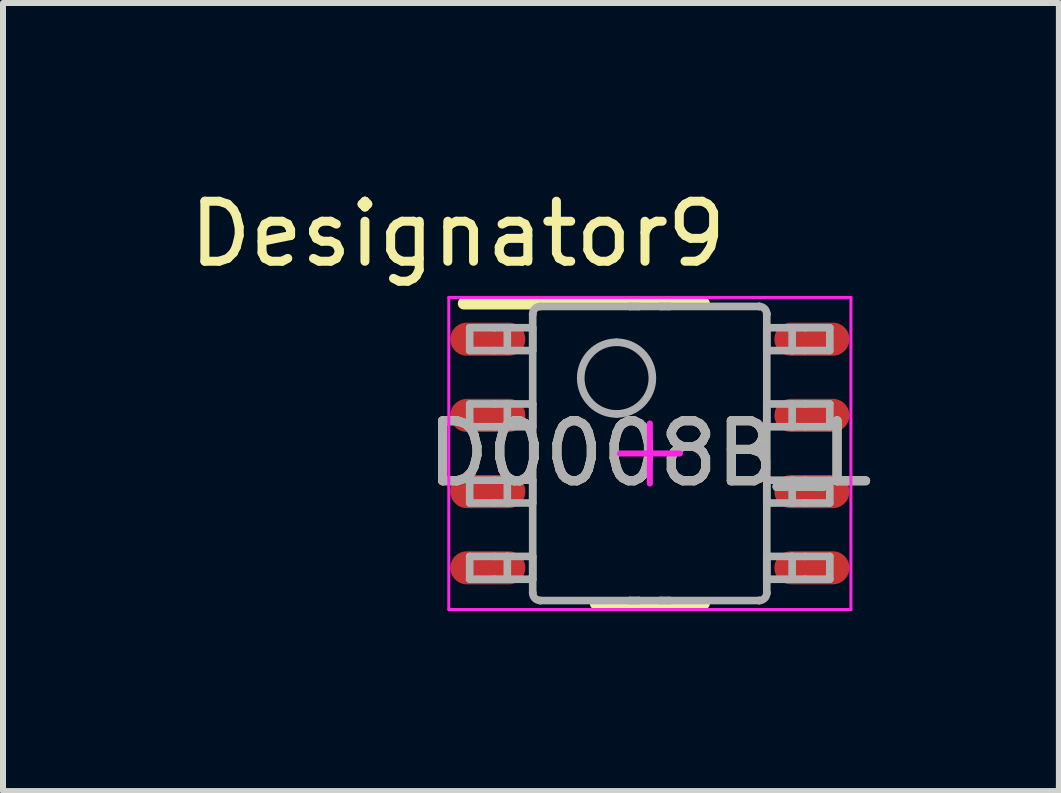
<source format=kicad_pcb>
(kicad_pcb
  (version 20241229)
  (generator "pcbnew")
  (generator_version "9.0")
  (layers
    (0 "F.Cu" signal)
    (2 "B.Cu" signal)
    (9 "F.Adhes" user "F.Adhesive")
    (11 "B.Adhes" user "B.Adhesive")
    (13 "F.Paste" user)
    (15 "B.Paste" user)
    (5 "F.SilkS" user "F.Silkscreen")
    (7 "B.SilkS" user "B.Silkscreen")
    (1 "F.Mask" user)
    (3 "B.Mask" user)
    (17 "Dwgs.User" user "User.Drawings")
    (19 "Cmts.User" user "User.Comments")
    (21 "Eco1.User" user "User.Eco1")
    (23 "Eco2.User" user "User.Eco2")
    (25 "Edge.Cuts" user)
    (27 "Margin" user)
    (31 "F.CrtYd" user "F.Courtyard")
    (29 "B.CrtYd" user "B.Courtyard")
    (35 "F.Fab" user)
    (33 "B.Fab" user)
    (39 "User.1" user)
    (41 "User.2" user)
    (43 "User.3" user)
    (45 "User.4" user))
  (footprint "D0008B_L"
    (layer "F.Cu")
    (at 7.778 4.506)
    (property "Reference" "D0008B_L" (at 0 0 0) (unlocked yes) (layer "F.SilkS") (effects (font (size 1 1) (thickness 0.15))))
    (attr smd)
    (fp_line (start -3.1 -2.5) (end 0.9 -2.5) (stroke (width 0.2) (type solid)) (layer "F.SilkS"))
    (fp_line (start -0.9 2.5) (end 0.9 2.5) (stroke (width 0.2) (type solid)) (layer "F.SilkS"))
    (fp_line (start -3.35 -2.6) (end 3.35 -2.6) (stroke (width 0.05) (type solid)) (layer "F.CrtYd"))
    (fp_line (start -3.35 2.6) (end -3.35 -2.6) (stroke (width 0.05) (type solid)) (layer "F.CrtYd"))
    (fp_line (start -3.35 2.6) (end 3.35 2.6) (stroke (width 0.05) (type solid)) (layer "F.CrtYd"))
    (fp_line (start -0.5 0) (end 0.5 0) (stroke (width 0.1) (type solid)) (layer "F.CrtYd"))
    (fp_line (start 0 0.5) (end 0 -0.5) (stroke (width 0.1) (type solid)) (layer "F.CrtYd"))
    (fp_line (start 3.35 2.6) (end 3.35 -2.6) (stroke (width 0.05) (type solid)) (layer "F.CrtYd"))
    (fp_line (start -3.002 -2.095) (end -2.589 -2.095) (stroke (width 0.127) (type solid)) (layer "F.Fab"))
    (fp_line (start -3.002 -1.715) (end -3.002 -2.095) (stroke (width 0.127) (type solid)) (layer "F.Fab"))
    (fp_line (start -3.002 -1.715) (end -2.589 -1.715) (stroke (width 0.127) (type solid)) (layer "F.Fab"))
    (fp_line (start -3.002 -0.825) (end -2.589 -0.825) (stroke (width 0.127) (type solid)) (layer "F.Fab"))
    (fp_line (start -3.002 -0.445) (end -3.002 -0.825) (stroke (width 0.127) (type solid)) (layer "F.Fab"))
    (fp_line (start -3.002 -0.445) (end -2.589 -0.445) (stroke (width 0.127) (type solid)) (layer "F.Fab"))
    (fp_line (start -3.002 0.445) (end -2.589 0.445) (stroke (width 0.127) (type solid)) (layer "F.Fab"))
    (fp_line (start -3.002 0.825) (end -3.002 0.445) (stroke (width 0.127) (type solid)) (layer "F.Fab"))
    (fp_line (start -3.002 0.825) (end -2.589 0.825) (stroke (width 0.127) (type solid)) (layer "F.Fab"))
    (fp_line (start -3.002 1.715) (end -2.589 1.715) (stroke (width 0.127) (type solid)) (layer "F.Fab"))
    (fp_line (start -3.002 2.095) (end -3.002 1.715) (stroke (width 0.127) (type solid)) (layer "F.Fab"))
    (fp_line (start -3.002 2.095) (end -2.589 2.095) (stroke (width 0.127) (type solid)) (layer "F.Fab"))
    (fp_line (start -2.589 -2.095) (end -2.375 -2.095) (stroke (width 0.127) (type solid)) (layer "F.Fab"))
    (fp_line (start -2.589 -1.715) (end -2.375 -1.715) (stroke (width 0.127) (type solid)) (layer "F.Fab"))
    (fp_line (start -2.589 -0.825) (end -2.375 -0.825) (stroke (width 0.127) (type solid)) (layer "F.Fab"))
    (fp_line (start -2.589 -0.445) (end -2.375 -0.445) (stroke (width 0.127) (type solid)) (layer "F.Fab"))
    (fp_line (start -2.589 0.445) (end -2.375 0.445) (stroke (width 0.127) (type solid)) (layer "F.Fab"))
    (fp_line (start -2.589 0.825) (end -2.375 0.825) (stroke (width 0.127) (type solid)) (layer "F.Fab"))
    (fp_line (start -2.589 1.715) (end -2.375 1.715) (stroke (width 0.127) (type solid)) (layer "F.Fab"))
    (fp_line (start -2.589 2.095) (end -2.375 2.095) (stroke (width 0.127) (type solid)) (layer "F.Fab"))
    (fp_line (start -2.375 -2.095) (end -1.995 -2.095) (stroke (width 0.127) (type solid)) (layer "F.Fab"))
    (fp_line (start -2.375 -1.715) (end -2.375 -2.095) (stroke (width 0.127) (type solid)) (layer "F.Fab"))
    (fp_line (start -2.375 -1.715) (end -1.995 -1.715) (stroke (width 0.127) (type solid)) (layer "F.Fab"))
    (fp_line (start -2.375 -0.825) (end -1.995 -0.825) (stroke (width 0.127) (type solid)) (layer "F.Fab"))
    (fp_line (start -2.375 -0.445) (end -2.375 -0.825) (stroke (width 0.127) (type solid)) (layer "F.Fab"))
    (fp_line (start -2.375 -0.445) (end -1.995 -0.445) (stroke (width 0.127) (type solid)) (layer "F.Fab"))
    (fp_line (start -2.375 0.445) (end -1.995 0.445) (stroke (width 0.127) (type solid)) (layer "F.Fab"))
    (fp_line (start -2.375 0.825) (end -2.375 0.445) (stroke (width 0.127) (type solid)) (layer "F.Fab"))
    (fp_line (start -2.375 0.825) (end -1.995 0.825) (stroke (width 0.127) (type solid)) (layer "F.Fab"))
    (fp_line (start -2.375 1.715) (end -1.995 1.715) (stroke (width 0.127) (type solid)) (layer "F.Fab"))
    (fp_line (start -2.375 2.095) (end -2.375 1.715) (stroke (width 0.127) (type solid)) (layer "F.Fab"))
    (fp_line (start -2.375 2.095) (end -1.995 2.095) (stroke (width 0.127) (type solid)) (layer "F.Fab"))
    (fp_line (start -1.995 -2.095) (end -1.952 -2.095) (stroke (width 0.127) (type solid)) (layer "F.Fab"))
    (fp_line (start -1.995 -1.715) (end -1.952 -1.715) (stroke (width 0.127) (type solid)) (layer "F.Fab"))
    (fp_line (start -1.995 -0.825) (end -1.952 -0.825) (stroke (width 0.127) (type solid)) (layer "F.Fab"))
    (fp_line (start -1.995 -0.445) (end -1.952 -0.445) (stroke (width 0.127) (type solid)) (layer "F.Fab"))
    (fp_line (start -1.995 0.445) (end -1.952 0.445) (stroke (width 0.127) (type solid)) (layer "F.Fab"))
    (fp_line (start -1.995 0.825) (end -1.952 0.825) (stroke (width 0.127) (type solid)) (layer "F.Fab"))
    (fp_line (start -1.995 1.715) (end -1.952 1.715) (stroke (width 0.127) (type solid)) (layer "F.Fab"))
    (fp_line (start -1.995 2.095) (end -1.952 2.095) (stroke (width 0.127) (type solid)) (layer "F.Fab"))
    (fp_line (start -1.952 -2.323) (end -1.952 -2.324) (stroke (width 0.127) (type solid)) (layer "F.Fab"))
    (fp_line (start -1.952 -1.715) (end -1.952 -2.095) (stroke (width 0.127) (type solid)) (layer "F.Fab"))
    (fp_line (start -1.952 -0.445) (end -1.952 -0.825) (stroke (width 0.127) (type solid)) (layer "F.Fab"))
    (fp_line (start -1.952 0.825) (end -1.952 0.445) (stroke (width 0.127) (type solid)) (layer "F.Fab"))
    (fp_line (start -1.952 2.095) (end -1.952 1.715) (stroke (width 0.127) (type solid)) (layer "F.Fab"))
    (fp_line (start -1.952 2.323) (end -1.952 -2.323) (stroke (width 0.127) (type solid)) (layer "F.Fab"))
    (fp_line (start -1.952 2.324) (end -1.952 2.323) (stroke (width 0.127) (type solid)) (layer "F.Fab"))
    (fp_line (start -1.826 -2.45) (end -1.825 -2.45) (stroke (width 0.127) (type solid)) (layer "F.Fab"))
    (fp_line (start -1.826 2.45) (end -1.825 2.45) (stroke (width 0.127) (type solid)) (layer "F.Fab"))
    (fp_line (start -1.825 -2.45) (end -0.332 -2.45) (stroke (width 0.127) (type solid)) (layer "F.Fab"))
    (fp_line (start -1.825 2.45) (end -0.332 2.45) (stroke (width 0.127) (type solid)) (layer "F.Fab"))
    (fp_line (start -0.332 -2.45) (end -0.182 -2.45) (stroke (width 0.127) (type solid)) (layer "F.Fab"))
    (fp_line (start -0.332 -2.45) (end -0.182 -2.45) (stroke (width 0.127) (type solid)) (layer "F.Fab"))
    (fp_line (start -0.332 2.45) (end -0.182 2.45) (stroke (width 0.127) (type solid)) (layer "F.Fab"))
    (fp_line (start -0.332 2.45) (end -0.182 2.45) (stroke (width 0.127) (type solid)) (layer "F.Fab"))
    (fp_line (start -0.182 -2.45) (end 0.178 -2.45) (stroke (width 0.127) (type solid)) (layer "F.Fab"))
    (fp_line (start -0.182 2.45) (end 0.178 2.45) (stroke (width 0.127) (type solid)) (layer "F.Fab"))
    (fp_line (start 0.178 -2.45) (end 0.328 -2.45) (stroke (width 0.127) (type solid)) (layer "F.Fab"))
    (fp_line (start 0.178 -2.45) (end 0.328 -2.45) (stroke (width 0.127) (type solid)) (layer "F.Fab"))
    (fp_line (start 0.178 2.45) (end 0.328 2.45) (stroke (width 0.127) (type solid)) (layer "F.Fab"))
    (fp_line (start 0.178 2.45) (end 0.328 2.45) (stroke (width 0.127) (type solid)) (layer "F.Fab"))
    (fp_line (start 0.328 -2.45) (end 1.821 -2.45) (stroke (width 0.127) (type solid)) (layer "F.Fab"))
    (fp_line (start 0.328 2.45) (end 1.821 2.45) (stroke (width 0.127) (type solid)) (layer "F.Fab"))
    (fp_line (start 1.821 -2.45) (end 1.822 -2.45) (stroke (width 0.127) (type solid)) (layer "F.Fab"))
    (fp_line (start 1.821 2.45) (end 1.822 2.45) (stroke (width 0.127) (type solid)) (layer "F.Fab"))
    (fp_line (start 1.948 -2.323) (end 1.948 -2.324) (stroke (width 0.127) (type solid)) (layer "F.Fab"))
    (fp_line (start 1.948 -2.095) (end 1.991 -2.095) (stroke (width 0.127) (type solid)) (layer "F.Fab"))
    (fp_line (start 1.948 -1.715) (end 1.948 -2.095) (stroke (width 0.127) (type solid)) (layer "F.Fab"))
    (fp_line (start 1.948 -1.715) (end 1.991 -1.715) (stroke (width 0.127) (type solid)) (layer "F.Fab"))
    (fp_line (start 1.948 -0.825) (end 1.991 -0.825) (stroke (width 0.127) (type solid)) (layer "F.Fab"))
    (fp_line (start 1.948 -0.445) (end 1.948 -0.825) (stroke (width 0.127) (type solid)) (layer "F.Fab"))
    (fp_line (start 1.948 -0.445) (end 1.991 -0.445) (stroke (width 0.127) (type solid)) (layer "F.Fab"))
    (fp_line (start 1.948 0.445) (end 1.991 0.445) (stroke (width 0.127) (type solid)) (layer "F.Fab"))
    (fp_line (start 1.948 0.825) (end 1.948 0.445) (stroke (width 0.127) (type solid)) (layer "F.Fab"))
    (fp_line (start 1.948 0.825) (end 1.991 0.825) (stroke (width 0.127) (type solid)) (layer "F.Fab"))
    (fp_line (start 1.948 1.715) (end 1.991 1.715) (stroke (width 0.127) (type solid)) (layer "F.Fab"))
    (fp_line (start 1.948 2.095) (end 1.948 1.715) (stroke (width 0.127) (type solid)) (layer "F.Fab"))
    (fp_line (start 1.948 2.095) (end 1.991 2.095) (stroke (width 0.127) (type solid)) (layer "F.Fab"))
    (fp_line (start 1.948 2.323) (end 1.948 -2.323) (stroke (width 0.127) (type solid)) (layer "F.Fab"))
    (fp_line (start 1.948 2.324) (end 1.948 2.323) (stroke (width 0.127) (type solid)) (layer "F.Fab"))
    (fp_line (start 1.991 -2.095) (end 2.371 -2.095) (stroke (width 0.127) (type solid)) (layer "F.Fab"))
    (fp_line (start 1.991 -1.715) (end 2.371 -1.715) (stroke (width 0.127) (type solid)) (layer "F.Fab"))
    (fp_line (start 1.991 -0.825) (end 2.371 -0.825) (stroke (width 0.127) (type solid)) (layer "F.Fab"))
    (fp_line (start 1.991 -0.445) (end 2.371 -0.445) (stroke (width 0.127) (type solid)) (layer "F.Fab"))
    (fp_line (start 1.991 0.445) (end 2.371 0.445) (stroke (width 0.127) (type solid)) (layer "F.Fab"))
    (fp_line (start 1.991 0.825) (end 2.371 0.825) (stroke (width 0.127) (type solid)) (layer "F.Fab"))
    (fp_line (start 1.991 1.715) (end 2.371 1.715) (stroke (width 0.127) (type solid)) (layer "F.Fab"))
    (fp_line (start 1.991 2.095) (end 2.371 2.095) (stroke (width 0.127) (type solid)) (layer "F.Fab"))
    (fp_line (start 2.371 -2.095) (end 2.585 -2.095) (stroke (width 0.127) (type solid)) (layer "F.Fab"))
    (fp_line (start 2.371 -1.715) (end 2.371 -2.095) (stroke (width 0.127) (type solid)) (layer "F.Fab"))
    (fp_line (start 2.371 -1.715) (end 2.585 -1.715) (stroke (width 0.127) (type solid)) (layer "F.Fab"))
    (fp_line (start 2.371 -0.825) (end 2.585 -0.825) (stroke (width 0.127) (type solid)) (layer "F.Fab"))
    (fp_line (start 2.371 -0.445) (end 2.371 -0.825) (stroke (width 0.127) (type solid)) (layer "F.Fab"))
    (fp_line (start 2.371 -0.445) (end 2.585 -0.445) (stroke (width 0.127) (type solid)) (layer "F.Fab"))
    (fp_line (start 2.371 0.445) (end 2.585 0.445) (stroke (width 0.127) (type solid)) (layer "F.Fab"))
    (fp_line (start 2.371 0.825) (end 2.371 0.445) (stroke (width 0.127) (type solid)) (layer "F.Fab"))
    (fp_line (start 2.371 0.825) (end 2.585 0.825) (stroke (width 0.127) (type solid)) (layer "F.Fab"))
    (fp_line (start 2.371 1.715) (end 2.585 1.715) (stroke (width 0.127) (type solid)) (layer "F.Fab"))
    (fp_line (start 2.371 2.095) (end 2.371 1.715) (stroke (width 0.127) (type solid)) (layer "F.Fab"))
    (fp_line (start 2.371 2.095) (end 2.585 2.095) (stroke (width 0.127) (type solid)) (layer "F.Fab"))
    (fp_line (start 2.585 -2.095) (end 2.998 -2.095) (stroke (width 0.127) (type solid)) (layer "F.Fab"))
    (fp_line (start 2.585 -1.715) (end 2.998 -1.715) (stroke (width 0.127) (type solid)) (layer "F.Fab"))
    (fp_line (start 2.585 -0.825) (end 2.998 -0.825) (stroke (width 0.127) (type solid)) (layer "F.Fab"))
    (fp_line (start 2.585 -0.445) (end 2.998 -0.445) (stroke (width 0.127) (type solid)) (layer "F.Fab"))
    (fp_line (start 2.585 0.445) (end 2.998 0.445) (stroke (width 0.127) (type solid)) (layer "F.Fab"))
    (fp_line (start 2.585 0.825) (end 2.998 0.825) (stroke (width 0.127) (type solid)) (layer "F.Fab"))
    (fp_line (start 2.585 1.715) (end 2.998 1.715) (stroke (width 0.127) (type solid)) (layer "F.Fab"))
    (fp_line (start 2.585 2.095) (end 2.998 2.095) (stroke (width 0.127) (type solid)) (layer "F.Fab"))
    (fp_line (start 2.998 -1.715) (end 2.998 -2.095) (stroke (width 0.127) (type solid)) (layer "F.Fab"))
    (fp_line (start 2.998 -0.445) (end 2.998 -0.825) (stroke (width 0.127) (type solid)) (layer "F.Fab"))
    (fp_line (start 2.998 0.825) (end 2.998 0.445) (stroke (width 0.127) (type solid)) (layer "F.Fab"))
    (fp_line (start 2.998 2.095) (end 2.998 1.715) (stroke (width 0.127) (type solid)) (layer "F.Fab"))
    (fp_arc (start -1.952002 -2.323941) (mid -1.914806 -2.412806) (end -1.825941 -2.450002) (stroke (width 0.127) (type solid)) (layer "F.Fab"))
    (fp_arc (start -1.825941 2.449992) (mid -1.914806 2.412795) (end -1.952002 2.323931) (stroke (width 0.127) (type solid)) (layer "F.Fab"))
    (fp_arc (start -0.555 -1.8531) (mid 0.0419 -1.2562) (end -0.555 -0.6593) (stroke (width 0.127) (type solid)) (layer "F.Fab"))
    (fp_arc (start -0.555 -0.6593) (mid -1.1519 -1.2562) (end -0.555 -1.8531) (stroke (width 0.127) (type solid)) (layer "F.Fab"))
    (fp_arc (start 1.821933 -2.450002) (mid 1.910797 -2.412806) (end 1.947994 -2.323941) (stroke (width 0.127) (type solid)) (layer "F.Fab"))
    (fp_arc (start 1.947994 2.323931) (mid 1.910797 2.412795) (end 1.821933 2.449992) (stroke (width 0.127) (type solid)) (layer "F.Fab"))
    (fp_text user "Designator9" (at -3.2 -3.658 0) (unlocked yes) (layer "F.SilkS") (effects (font (size 1 1) (thickness 0.15))))
    (fp_text user "${REFERENCE}" (at 0 0 0) (unlocked yes) (layer "F.Fab") (effects (font (size 1 1) (thickness 0.15))))
    (pad "1" smd oval (at -2.7 -1.905 90) (size 0.55 1.25) (layers "F.Cu" "F.Mask" "F.Paste"))
    (pad "2" smd oval (at -2.7 -0.635 90) (size 0.55 1.25) (layers "F.Cu" "F.Mask" "F.Paste"))
    (pad "3" smd oval (at -2.7 0.635 90) (size 0.55 1.25) (layers "F.Cu" "F.Mask" "F.Paste"))
    (pad "4" smd oval (at -2.7 1.905 90) (size 0.55 1.25) (layers "F.Cu" "F.Mask" "F.Paste"))
    (pad "5" smd oval (at 2.7 1.905 90) (size 0.55 1.25) (layers "F.Cu" "F.Mask" "F.Paste"))
    (pad "6" smd oval (at 2.7 0.635 90) (size 0.55 1.25) (layers "F.Cu" "F.Mask" "F.Paste"))
    (pad "7" smd oval (at 2.7 -0.635 90) (size 0.55 1.25) (layers "F.Cu" "F.Mask" "F.Paste"))
    (pad "8" smd oval (at 2.7 -1.905 90) (size 0.55 1.25) (layers "F.Cu" "F.Mask" "F.Paste")))
  (gr_rect
    (start -3 -3)
    (end 14.593 10.131)
    (stroke (width 0.1) (type default))
    (fill no)
    (layer "Edge.Cuts")))
</source>
